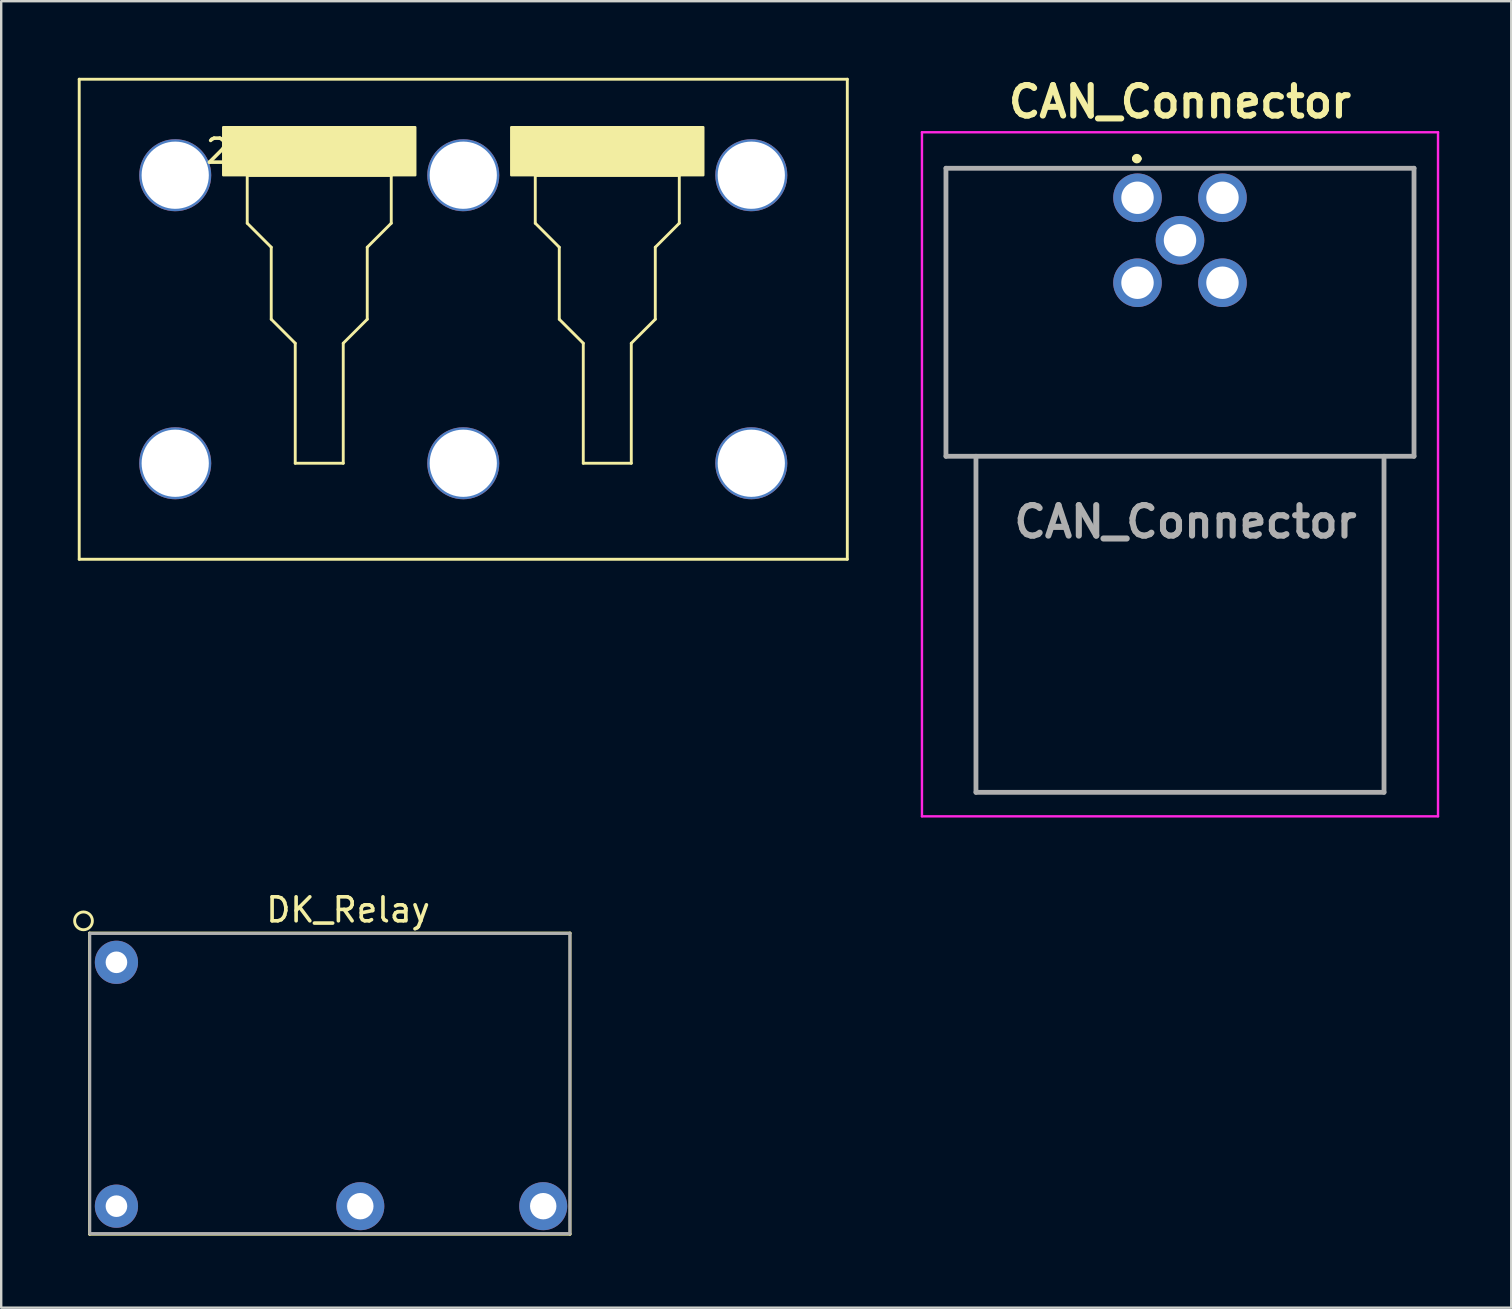
<source format=kicad_pcb>
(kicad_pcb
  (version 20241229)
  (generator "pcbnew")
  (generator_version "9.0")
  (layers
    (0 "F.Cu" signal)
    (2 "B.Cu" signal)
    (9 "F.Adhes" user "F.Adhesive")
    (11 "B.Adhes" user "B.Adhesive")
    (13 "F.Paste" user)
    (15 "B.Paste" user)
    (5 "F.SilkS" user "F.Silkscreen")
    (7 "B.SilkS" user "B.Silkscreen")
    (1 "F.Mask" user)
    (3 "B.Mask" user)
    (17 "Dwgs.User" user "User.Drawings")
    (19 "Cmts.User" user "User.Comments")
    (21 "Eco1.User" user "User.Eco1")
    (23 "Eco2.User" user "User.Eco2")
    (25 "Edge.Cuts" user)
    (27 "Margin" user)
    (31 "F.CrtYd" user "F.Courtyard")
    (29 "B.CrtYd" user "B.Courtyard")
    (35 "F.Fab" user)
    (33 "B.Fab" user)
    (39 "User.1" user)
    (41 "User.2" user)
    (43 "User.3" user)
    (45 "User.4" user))
  (footprint "DK_Relay"
    (layer "F.Cu")
    (at 1.801 37.041)
    (property "Reference" "DK_Relay" (at 9.652 -2.184 0) (layer "F.SilkS") (effects (font (size 1 1) (thickness 0.15))))
    (attr through_hole)
    (fp_line (start -1.118 -1.219) (end 18.898 -1.219) (stroke (width 0.12) (type solid)) (layer "F.SilkS"))
    (fp_line (start -1.118 11.328) (end -1.118 -1.219) (stroke (width 0.12) (type solid)) (layer "F.SilkS"))
    (fp_line (start 18.898 -1.219) (end 18.898 11.328) (stroke (width 0.12) (type solid)) (layer "F.SilkS"))
    (fp_line (start 18.898 11.328) (end -1.118 11.328) (stroke (width 0.12) (type solid)) (layer "F.SilkS"))
    (fp_circle (center -1.372 -1.727) (end -1.016 -1.829) (stroke (width 0.12) (type solid)) (fill no) (layer "F.SilkS"))
    (fp_line (start -1.11 -1.2) (end 18.89 -1.2) (stroke (width 0.12) (type solid)) (layer "F.Fab"))
    (fp_line (start -1.11 11.3) (end -1.11 -1.2) (stroke (width 0.12) (type solid)) (layer "F.Fab"))
    (fp_line (start 18.89 -1.2) (end 18.89 11.3) (stroke (width 0.12) (type solid)) (layer "F.Fab"))
    (fp_line (start 18.89 11.3) (end -1.11 11.3) (stroke (width 0.12) (type solid)) (layer "F.Fab"))
    (pad "1" thru_hole circle (at 0 10.16) (size 1.8 1.8) (drill 0.9) (layers "*.Cu" "*.Mask"))
    (pad "3" thru_hole circle (at 10.16 10.16) (size 2 2) (drill 1.1) (layers "*.Cu" "*.Mask"))
    (pad "4" thru_hole circle (at 17.78 10.16) (size 2 2) (drill 1.1) (layers "*.Cu" "*.Mask"))
    (pad "6" thru_hole circle (at 0 0) (size 1.8 1.8) (drill 0.9) (layers "*.Cu" "*.Mask")))
  (footprint "2sma_pcb"
    (layer "F.Cu")
    (at 0.25 0.25)
    (property "Reference" "2sma_pcb" (at 9 3 0) (layer "F.SilkS") (effects (font (size 1 1) (thickness 0.15))))
    (attr through_hole)
    (fp_line (start 0 0) (end 32 0) (stroke (width 0.12) (type solid)) (layer "F.SilkS"))
    (fp_line (start 0 20) (end 0 0) (stroke (width 0.12) (type solid)) (layer "F.SilkS"))
    (fp_line (start 7 4) (end 13 4) (stroke (width 0.12) (type solid)) (layer "F.SilkS"))
    (fp_line (start 7 4) (end 13 4) (stroke (width 0.12) (type solid)) (layer "F.SilkS"))
    (fp_line (start 7 6) (end 7 4) (stroke (width 0.12) (type solid)) (layer "F.SilkS"))
    (fp_line (start 8 7) (end 7 6) (stroke (width 0.12) (type solid)) (layer "F.SilkS"))
    (fp_line (start 8 10) (end 8 7) (stroke (width 0.12) (type solid)) (layer "F.SilkS"))
    (fp_line (start 9 11) (end 8 10) (stroke (width 0.12) (type solid)) (layer "F.SilkS"))
    (fp_line (start 9 16) (end 9 11) (stroke (width 0.12) (type solid)) (layer "F.SilkS"))
    (fp_line (start 11 11) (end 11 16) (stroke (width 0.12) (type solid)) (layer "F.SilkS"))
    (fp_line (start 11 16) (end 9 16) (stroke (width 0.12) (type solid)) (layer "F.SilkS"))
    (fp_line (start 12 7) (end 12 10) (stroke (width 0.12) (type solid)) (layer "F.SilkS"))
    (fp_line (start 12 10) (end 11 11) (stroke (width 0.12) (type solid)) (layer "F.SilkS"))
    (fp_line (start 13 4) (end 13 6) (stroke (width 0.12) (type solid)) (layer "F.SilkS"))
    (fp_line (start 13 6) (end 12 7) (stroke (width 0.12) (type solid)) (layer "F.SilkS"))
    (fp_line (start 19 4) (end 25 4) (stroke (width 0.12) (type solid)) (layer "F.SilkS"))
    (fp_line (start 19 4) (end 25 4) (stroke (width 0.12) (type solid)) (layer "F.SilkS"))
    (fp_line (start 19 6) (end 19 4) (stroke (width 0.12) (type solid)) (layer "F.SilkS"))
    (fp_line (start 20 7) (end 19 6) (stroke (width 0.12) (type solid)) (layer "F.SilkS"))
    (fp_line (start 20 10) (end 20 7) (stroke (width 0.12) (type solid)) (layer "F.SilkS"))
    (fp_line (start 21 11) (end 20 10) (stroke (width 0.12) (type solid)) (layer "F.SilkS"))
    (fp_line (start 21 16) (end 21 11) (stroke (width 0.12) (type solid)) (layer "F.SilkS"))
    (fp_line (start 23 11) (end 23 16) (stroke (width 0.12) (type solid)) (layer "F.SilkS"))
    (fp_line (start 23 16) (end 21 16) (stroke (width 0.12) (type solid)) (layer "F.SilkS"))
    (fp_line (start 24 7) (end 24 10) (stroke (width 0.12) (type solid)) (layer "F.SilkS"))
    (fp_line (start 24 10) (end 23 11) (stroke (width 0.12) (type solid)) (layer "F.SilkS"))
    (fp_line (start 25 4) (end 25 6) (stroke (width 0.12) (type solid)) (layer "F.SilkS"))
    (fp_line (start 25 6) (end 24 7) (stroke (width 0.12) (type solid)) (layer "F.SilkS"))
    (fp_line (start 32 0) (end 32 20) (stroke (width 0.12) (type solid)) (layer "F.SilkS"))
    (fp_line (start 32 20) (end 0 20) (stroke (width 0.12) (type solid)) (layer "F.SilkS"))
    (fp_poly (pts (xy 14 4) (xy 6 4) (xy 6 2) (xy 14 2)) (stroke (width 0.1) (type solid)) (fill yes) (layer "F.SilkS"))
    (fp_poly (pts (xy 26 4) (xy 18 4) (xy 18 2) (xy 26 2)) (stroke (width 0.1) (type solid)) (fill yes) (layer "F.SilkS"))
    (pad "" np_thru_hole circle (at 4 4) (size 3 3) (drill 2.8) (layers "*.Cu" "*.Mask"))
    (pad "" np_thru_hole circle (at 4 16) (size 3 3) (drill 2.8) (layers "*.Cu" "*.Mask"))
    (pad "" np_thru_hole circle (at 16 4) (size 3 3) (drill 2.8) (layers "*.Cu" "*.Mask"))
    (pad "" np_thru_hole circle (at 16 16) (size 3 3) (drill 2.8) (layers "*.Cu" "*.Mask"))
    (pad "" np_thru_hole circle (at 28 4) (size 3 3) (drill 2.8) (layers "*.Cu" "*.Mask"))
    (pad "" np_thru_hole circle (at 28 16) (size 3 3) (drill 2.8) (layers "*.Cu" "*.Mask")))
  (footprint "CAN_Connector"
    (layer "F.Cu")
    (at 44.34 5.189)
    (property "Reference" "CAN_Connector" (at 1.77 -4 0) (layer "F.SilkS") (effects (font (size 1.27 1.27) (thickness 0.254))))
    (attr through_hole)
    (fp_line (start -7.98 -1.23) (end 11.52 -1.23) (stroke (width 0.1) (type solid)) (layer "F.SilkS"))
    (fp_line (start -7.98 10.77) (end -7.98 -1.23) (stroke (width 0.1) (type solid)) (layer "F.SilkS"))
    (fp_line (start -0.13 -1.63) (end -0.13 -1.63) (stroke (width 0.2) (type solid)) (layer "F.SilkS"))
    (fp_line (start 0.07 -1.63) (end 0.07 -1.63) (stroke (width 0.2) (type solid)) (layer "F.SilkS"))
    (fp_line (start 11.52 -1.23) (end 11.52 10.77) (stroke (width 0.1) (type solid)) (layer "F.SilkS"))
    (fp_line (start 11.52 10.77) (end -7.98 10.77) (stroke (width 0.1) (type solid)) (layer "F.SilkS"))
    (fp_arc (start -0.13 -1.63) (mid -0.03 -1.73) (end 0.07 -1.63) (stroke (width 0.2) (type solid)) (layer "F.SilkS"))
    (fp_arc (start 0.07 -1.63) (mid -0.03 -1.53) (end -0.13 -1.63) (stroke (width 0.2) (type solid)) (layer "F.SilkS"))
    (fp_line (start -8.98 -2.73) (end 12.52 -2.73) (stroke (width 0.1) (type solid)) (layer "F.CrtYd"))
    (fp_line (start -8.98 25.77) (end -8.98 -2.73) (stroke (width 0.1) (type solid)) (layer "F.CrtYd"))
    (fp_line (start 12.52 -2.73) (end 12.52 25.77) (stroke (width 0.1) (type solid)) (layer "F.CrtYd"))
    (fp_line (start 12.52 25.77) (end -8.98 25.77) (stroke (width 0.1) (type solid)) (layer "F.CrtYd"))
    (fp_line (start -7.98 -1.23) (end 11.52 -1.23) (stroke (width 0.2) (type solid)) (layer "F.Fab"))
    (fp_line (start -7.98 10.77) (end -7.98 -1.23) (stroke (width 0.2) (type solid)) (layer "F.Fab"))
    (fp_line (start -6.73 10.77) (end -6.73 24.77) (stroke (width 0.2) (type solid)) (layer "F.Fab"))
    (fp_line (start -6.73 24.77) (end 10.27 24.77) (stroke (width 0.2) (type solid)) (layer "F.Fab"))
    (fp_line (start 10.27 24.77) (end 10.27 10.77) (stroke (width 0.2) (type solid)) (layer "F.Fab"))
    (fp_line (start 11.52 -1.23) (end 11.52 10.77) (stroke (width 0.2) (type solid)) (layer "F.Fab"))
    (fp_line (start 11.52 10.77) (end -7.98 10.77) (stroke (width 0.2) (type solid)) (layer "F.Fab"))
    (fp_text user "${REFERENCE}" (at 2 13.5 0) (layer "F.Fab") (effects (font (size 1.27 1.27) (thickness 0.254))))
    (pad "" np_thru_hole circle (at -5.73 1.77) (size 0.001 0.001) (drill 2.4) (layers "*.Cu" "*.Mask"))
    (pad "" np_thru_hole circle (at -5.73 5.77) (size 0.001 0.001) (drill 2.85) (layers "*.Cu" "*.Mask"))
    (pad "" np_thru_hole circle (at 9.27 1.77) (size 0.001 0.001) (drill 2.4) (layers "*.Cu" "*.Mask"))
    (pad "" np_thru_hole circle (at 9.27 5.77) (size 0.001 0.001) (drill 2.85) (layers "*.Cu" "*.Mask"))
    (pad "1" thru_hole circle (at 0 0) (size 2.025 2.025) (drill 1.35) (layers "*.Cu" "*.Mask"))
    (pad "2" thru_hole circle (at 3.54 0) (size 2.025 2.025) (drill 1.35) (layers "*.Cu" "*.Mask"))
    (pad "3" thru_hole circle (at 3.54 3.54) (size 2.025 2.025) (drill 1.35) (layers "*.Cu" "*.Mask"))
    (pad "4" thru_hole circle (at 0 3.54) (size 2.025 2.025) (drill 1.35) (layers "*.Cu" "*.Mask"))
    (pad "5" thru_hole circle (at 1.77 1.77) (size 2.025 2.025) (drill 1.35) (layers "*.Cu" "*.Mask")))
  (gr_rect
    (start -3 -3)
    (end 59.91 51.43)
    (stroke (width 0.1) (type default))
    (fill no)
    (layer "Edge.Cuts")))
</source>
